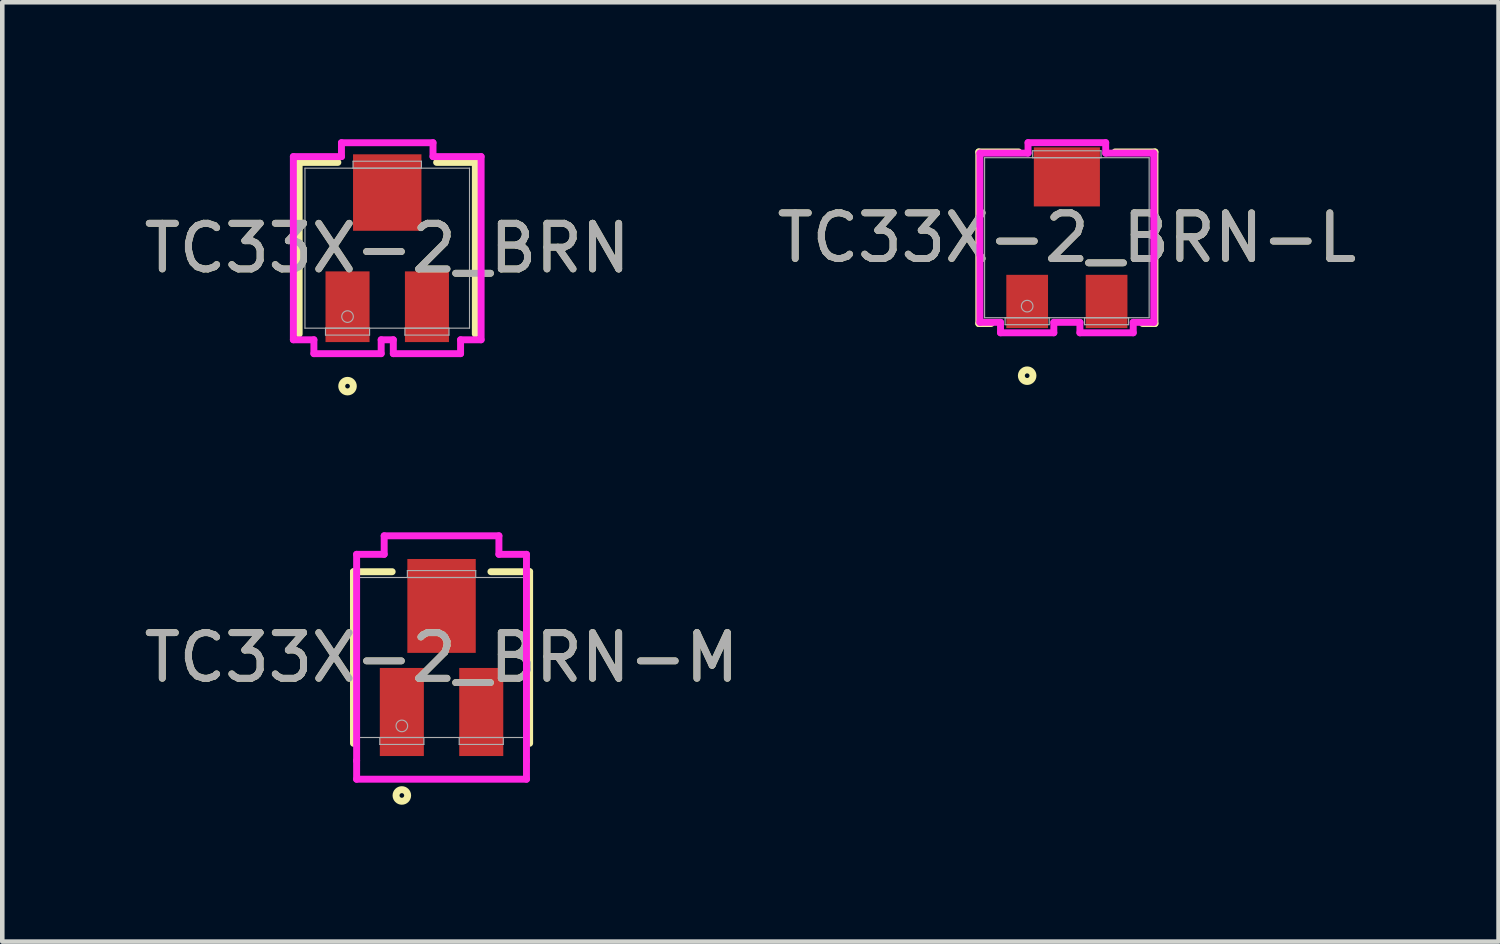
<source format=kicad_pcb>
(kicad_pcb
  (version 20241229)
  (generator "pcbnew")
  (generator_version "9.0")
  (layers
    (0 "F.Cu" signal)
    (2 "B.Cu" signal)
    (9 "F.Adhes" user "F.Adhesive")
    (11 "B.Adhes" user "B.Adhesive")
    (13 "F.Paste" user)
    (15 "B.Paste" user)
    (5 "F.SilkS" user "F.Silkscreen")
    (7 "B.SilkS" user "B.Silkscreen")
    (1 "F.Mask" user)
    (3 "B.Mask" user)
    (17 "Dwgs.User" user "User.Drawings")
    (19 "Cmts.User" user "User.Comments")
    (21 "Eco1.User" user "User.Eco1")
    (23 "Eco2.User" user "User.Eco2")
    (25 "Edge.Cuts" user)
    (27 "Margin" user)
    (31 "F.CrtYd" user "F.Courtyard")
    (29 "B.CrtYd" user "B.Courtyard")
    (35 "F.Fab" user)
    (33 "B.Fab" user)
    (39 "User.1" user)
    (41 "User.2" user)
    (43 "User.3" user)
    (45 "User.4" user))
  (footprint "TC33X-2_BRN-M"
    (layer "F.Cu")
    (at 6.625 11.357)
    (property "Reference" "TC33X-2_BRN-M" (at 0 0 0) (unlocked yes) (layer "F.SilkS") (effects (font (size 1 1) (thickness 0.15))))
    (attr smd)
    (fp_line (start -1.93 -1.88) (end -1.93 1.88) (stroke (width 0.152) (type solid)) (layer "F.SilkS"))
    (fp_line (start -1.082 -1.88) (end -1.93 -1.88) (stroke (width 0.152) (type solid)) (layer "F.SilkS"))
    (fp_line (start 1.93 -1.88) (end 1.082 -1.88) (stroke (width 0.152) (type solid)) (layer "F.SilkS"))
    (fp_line (start 1.93 -1.88) (end 1.93 1.88) (stroke (width 0.152) (type solid)) (layer "F.SilkS"))
    (fp_circle (center -0.87 3.023) (end -0.743 3.023) (stroke (width 0.152) (type solid)) (fill no) (layer "F.SilkS"))
    (fp_line (start -1.861 -2.261) (end -1.257 -2.261) (stroke (width 0.152) (type solid)) (layer "F.CrtYd"))
    (fp_line (start -1.861 2.261) (end -1.861 -2.261) (stroke (width 0.152) (type solid)) (layer "F.CrtYd"))
    (fp_line (start -1.861 2.261) (end -1.861 2.261) (stroke (width 0.152) (type solid)) (layer "F.CrtYd"))
    (fp_line (start -1.861 2.667) (end -1.861 2.261) (stroke (width 0.152) (type solid)) (layer "F.CrtYd"))
    (fp_line (start -1.257 -2.667) (end 1.257 -2.667) (stroke (width 0.152) (type solid)) (layer "F.CrtYd"))
    (fp_line (start -1.257 -2.261) (end -1.257 -2.667) (stroke (width 0.152) (type solid)) (layer "F.CrtYd"))
    (fp_line (start 1.257 -2.667) (end 1.257 -2.261) (stroke (width 0.152) (type solid)) (layer "F.CrtYd"))
    (fp_line (start 1.257 -2.261) (end 1.861 -2.261) (stroke (width 0.152) (type solid)) (layer "F.CrtYd"))
    (fp_line (start 1.861 -2.261) (end 1.861 2.261) (stroke (width 0.152) (type solid)) (layer "F.CrtYd"))
    (fp_line (start 1.861 2.261) (end 1.861 2.261) (stroke (width 0.152) (type solid)) (layer "F.CrtYd"))
    (fp_line (start 1.861 2.261) (end 1.861 2.667) (stroke (width 0.152) (type solid)) (layer "F.CrtYd"))
    (fp_line (start 1.861 2.667) (end -1.861 2.667) (stroke (width 0.152) (type solid)) (layer "F.CrtYd"))
    (fp_line (start -1.803 -1.753) (end -1.803 1.753) (stroke (width 0.025) (type solid)) (layer "F.Fab"))
    (fp_line (start -1.803 1.753) (end 1.803 1.753) (stroke (width 0.025) (type solid)) (layer "F.Fab"))
    (fp_line (start -1.353 1.753) (end -1.353 1.905) (stroke (width 0.025) (type solid)) (layer "F.Fab"))
    (fp_line (start -1.353 1.905) (end -0.387 1.905) (stroke (width 0.025) (type solid)) (layer "F.Fab"))
    (fp_line (start -0.749 -1.905) (end -0.749 -1.753) (stroke (width 0.025) (type solid)) (layer "F.Fab"))
    (fp_line (start -0.749 -1.753) (end 0.749 -1.753) (stroke (width 0.025) (type solid)) (layer "F.Fab"))
    (fp_line (start -0.387 1.753) (end -1.353 1.753) (stroke (width 0.025) (type solid)) (layer "F.Fab"))
    (fp_line (start -0.387 1.905) (end -0.387 1.753) (stroke (width 0.025) (type solid)) (layer "F.Fab"))
    (fp_line (start 0.387 1.753) (end 0.387 1.905) (stroke (width 0.025) (type solid)) (layer "F.Fab"))
    (fp_line (start 0.387 1.905) (end 1.353 1.905) (stroke (width 0.025) (type solid)) (layer "F.Fab"))
    (fp_line (start 0.749 -1.905) (end -0.749 -1.905) (stroke (width 0.025) (type solid)) (layer "F.Fab"))
    (fp_line (start 0.749 -1.753) (end 0.749 -1.905) (stroke (width 0.025) (type solid)) (layer "F.Fab"))
    (fp_line (start 1.353 1.753) (end 0.387 1.753) (stroke (width 0.025) (type solid)) (layer "F.Fab"))
    (fp_line (start 1.353 1.905) (end 1.353 1.753) (stroke (width 0.025) (type solid)) (layer "F.Fab"))
    (fp_line (start 1.803 -1.753) (end -1.803 -1.753) (stroke (width 0.025) (type solid)) (layer "F.Fab"))
    (fp_line (start 1.803 -1.753) (end 1.803 1.753) (stroke (width 0.025) (type solid)) (layer "F.Fab"))
    (fp_circle (center -0.87 1.499) (end -0.743 1.499) (stroke (width 0.025) (type solid)) (fill no) (layer "F.Fab"))
    (fp_text user "${REFERENCE}" (at 0 0 0) (unlocked yes) (layer "F.Fab") (effects (font (size 1 1) (thickness 0.15))))
    (pad "1" smd rect (at -0.87 1.194) (size 0.965 1.93) (layers "F.Cu" "F.Mask" "F.Paste"))
    (pad "2" smd rect (at 0 -1.13) (size 1.499 2.057) (layers "F.Cu" "F.Mask" "F.Paste"))
    (pad "3" smd rect (at 0.87 1.194) (size 0.965 1.93) (layers "F.Cu" "F.Mask" "F.Paste")))
  (footprint "TC33X-2_BRN"
    (layer "F.Cu")
    (at 5.435 2.388)
    (property "Reference" "TC33X-2_BRN" (at 0 0 0) (unlocked yes) (layer "F.SilkS") (effects (font (size 1 1) (thickness 0.15))))
    (attr smd)
    (fp_line (start -1.93 -1.88) (end -1.93 1.88) (stroke (width 0.152) (type solid)) (layer "F.SilkS"))
    (fp_line (start -1.082 -1.88) (end -1.93 -1.88) (stroke (width 0.152) (type solid)) (layer "F.SilkS"))
    (fp_line (start 1.93 -1.88) (end 1.082 -1.88) (stroke (width 0.152) (type solid)) (layer "F.SilkS"))
    (fp_line (start 1.93 -1.88) (end 1.93 1.88) (stroke (width 0.152) (type solid)) (layer "F.SilkS"))
    (fp_circle (center -0.87 3.023) (end -0.743 3.023) (stroke (width 0.152) (type solid)) (fill no) (layer "F.SilkS"))
    (fp_line (start -2.057 -2.007) (end -1.003 -2.007) (stroke (width 0.152) (type solid)) (layer "F.CrtYd"))
    (fp_line (start -2.057 2.007) (end -2.057 -2.007) (stroke (width 0.152) (type solid)) (layer "F.CrtYd"))
    (fp_line (start -1.607 2.007) (end -2.057 2.007) (stroke (width 0.152) (type solid)) (layer "F.CrtYd"))
    (fp_line (start -1.607 2.311) (end -1.607 2.007) (stroke (width 0.152) (type solid)) (layer "F.CrtYd"))
    (fp_line (start -1.003 -2.311) (end 1.003 -2.311) (stroke (width 0.152) (type solid)) (layer "F.CrtYd"))
    (fp_line (start -1.003 -2.007) (end -1.003 -2.311) (stroke (width 0.152) (type solid)) (layer "F.CrtYd"))
    (fp_line (start -0.133 2.007) (end -0.133 2.311) (stroke (width 0.152) (type solid)) (layer "F.CrtYd"))
    (fp_line (start -0.133 2.311) (end -1.607 2.311) (stroke (width 0.152) (type solid)) (layer "F.CrtYd"))
    (fp_line (start 0.133 2.007) (end -0.133 2.007) (stroke (width 0.152) (type solid)) (layer "F.CrtYd"))
    (fp_line (start 0.133 2.311) (end 0.133 2.007) (stroke (width 0.152) (type solid)) (layer "F.CrtYd"))
    (fp_line (start 1.003 -2.311) (end 1.003 -2.007) (stroke (width 0.152) (type solid)) (layer "F.CrtYd"))
    (fp_line (start 1.003 -2.007) (end 2.057 -2.007) (stroke (width 0.152) (type solid)) (layer "F.CrtYd"))
    (fp_line (start 1.607 2.007) (end 1.607 2.311) (stroke (width 0.152) (type solid)) (layer "F.CrtYd"))
    (fp_line (start 1.607 2.311) (end 0.133 2.311) (stroke (width 0.152) (type solid)) (layer "F.CrtYd"))
    (fp_line (start 2.057 -2.007) (end 2.057 2.007) (stroke (width 0.152) (type solid)) (layer "F.CrtYd"))
    (fp_line (start 2.057 2.007) (end 1.607 2.007) (stroke (width 0.152) (type solid)) (layer "F.CrtYd"))
    (fp_line (start -1.803 -1.753) (end -1.803 1.753) (stroke (width 0.025) (type solid)) (layer "F.Fab"))
    (fp_line (start -1.803 1.753) (end 1.803 1.753) (stroke (width 0.025) (type solid)) (layer "F.Fab"))
    (fp_line (start -1.353 1.753) (end -1.353 1.905) (stroke (width 0.025) (type solid)) (layer "F.Fab"))
    (fp_line (start -1.353 1.905) (end -0.387 1.905) (stroke (width 0.025) (type solid)) (layer "F.Fab"))
    (fp_line (start -0.749 -1.905) (end -0.749 -1.753) (stroke (width 0.025) (type solid)) (layer "F.Fab"))
    (fp_line (start -0.749 -1.753) (end 0.749 -1.753) (stroke (width 0.025) (type solid)) (layer "F.Fab"))
    (fp_line (start -0.387 1.753) (end -1.353 1.753) (stroke (width 0.025) (type solid)) (layer "F.Fab"))
    (fp_line (start -0.387 1.905) (end -0.387 1.753) (stroke (width 0.025) (type solid)) (layer "F.Fab"))
    (fp_line (start 0.387 1.753) (end 0.387 1.905) (stroke (width 0.025) (type solid)) (layer "F.Fab"))
    (fp_line (start 0.387 1.905) (end 1.353 1.905) (stroke (width 0.025) (type solid)) (layer "F.Fab"))
    (fp_line (start 0.749 -1.905) (end -0.749 -1.905) (stroke (width 0.025) (type solid)) (layer "F.Fab"))
    (fp_line (start 0.749 -1.753) (end 0.749 -1.905) (stroke (width 0.025) (type solid)) (layer "F.Fab"))
    (fp_line (start 1.353 1.753) (end 0.387 1.753) (stroke (width 0.025) (type solid)) (layer "F.Fab"))
    (fp_line (start 1.353 1.905) (end 1.353 1.753) (stroke (width 0.025) (type solid)) (layer "F.Fab"))
    (fp_line (start 1.803 -1.753) (end -1.803 -1.753) (stroke (width 0.025) (type solid)) (layer "F.Fab"))
    (fp_line (start 1.803 -1.753) (end 1.803 1.753) (stroke (width 0.025) (type solid)) (layer "F.Fab"))
    (fp_circle (center -0.87 1.499) (end -0.743 1.499) (stroke (width 0.025) (type solid)) (fill no) (layer "F.Fab"))
    (fp_text user "${REFERENCE}" (at 0 0 0) (unlocked yes) (layer "F.Fab") (effects (font (size 1 1) (thickness 0.15))))
    (pad "1" smd rect (at -0.87 1.283) (size 0.965 1.549) (layers "F.Cu" "F.Mask" "F.Paste"))
    (pad "2" smd rect (at 0 -1.219) (size 1.499 1.676) (layers "F.Cu" "F.Mask" "F.Paste"))
    (pad "3" smd rect (at 0.87 1.283) (size 0.965 1.549) (layers "F.Cu" "F.Mask" "F.Paste")))
  (footprint "TC33X-2_BRN-L"
    (layer "F.Cu")
    (at 20.327 2.159)
    (property "Reference" "TC33X-2_BRN-L" (at 0 0 0) (unlocked yes) (layer "F.SilkS") (effects (font (size 1 1) (thickness 0.15))))
    (attr smd)
    (fp_line (start -1.93 -1.88) (end -1.93 1.88) (stroke (width 0.152) (type solid)) (layer "F.SilkS"))
    (fp_line (start -1.93 1.88) (end -1.66 1.88) (stroke (width 0.152) (type solid)) (layer "F.SilkS"))
    (fp_line (start -1.057 -1.88) (end -1.93 -1.88) (stroke (width 0.152) (type solid)) (layer "F.SilkS"))
    (fp_line (start 1.66 1.88) (end 1.93 1.88) (stroke (width 0.152) (type solid)) (layer "F.SilkS"))
    (fp_line (start 1.93 -1.88) (end 1.057 -1.88) (stroke (width 0.152) (type solid)) (layer "F.SilkS"))
    (fp_line (start 1.93 -1.88) (end 1.93 1.88) (stroke (width 0.152) (type solid)) (layer "F.SilkS"))
    (fp_circle (center -0.87 3.023) (end -0.743 3.023) (stroke (width 0.152) (type solid)) (fill no) (layer "F.SilkS"))
    (fp_line (start -1.905 -1.854) (end -0.851 -1.854) (stroke (width 0.152) (type solid)) (layer "F.CrtYd"))
    (fp_line (start -1.905 1.854) (end -1.905 -1.854) (stroke (width 0.152) (type solid)) (layer "F.CrtYd"))
    (fp_line (start -1.454 1.854) (end -1.905 1.854) (stroke (width 0.152) (type solid)) (layer "F.CrtYd"))
    (fp_line (start -1.454 2.083) (end -1.454 1.854) (stroke (width 0.152) (type solid)) (layer "F.CrtYd"))
    (fp_line (start -0.851 -2.083) (end 0.851 -2.083) (stroke (width 0.152) (type solid)) (layer "F.CrtYd"))
    (fp_line (start -0.851 -1.854) (end -0.851 -2.083) (stroke (width 0.152) (type solid)) (layer "F.CrtYd"))
    (fp_line (start -0.286 1.854) (end -0.286 2.083) (stroke (width 0.152) (type solid)) (layer "F.CrtYd"))
    (fp_line (start -0.286 2.083) (end -1.454 2.083) (stroke (width 0.152) (type solid)) (layer "F.CrtYd"))
    (fp_line (start 0.286 1.854) (end -0.286 1.854) (stroke (width 0.152) (type solid)) (layer "F.CrtYd"))
    (fp_line (start 0.286 2.083) (end 0.286 1.854) (stroke (width 0.152) (type solid)) (layer "F.CrtYd"))
    (fp_line (start 0.851 -2.083) (end 0.851 -1.854) (stroke (width 0.152) (type solid)) (layer "F.CrtYd"))
    (fp_line (start 0.851 -1.854) (end 1.905 -1.854) (stroke (width 0.152) (type solid)) (layer "F.CrtYd"))
    (fp_line (start 1.454 1.854) (end 1.454 2.083) (stroke (width 0.152) (type solid)) (layer "F.CrtYd"))
    (fp_line (start 1.454 2.083) (end 0.286 2.083) (stroke (width 0.152) (type solid)) (layer "F.CrtYd"))
    (fp_line (start 1.905 -1.854) (end 1.905 1.854) (stroke (width 0.152) (type solid)) (layer "F.CrtYd"))
    (fp_line (start 1.905 1.854) (end 1.454 1.854) (stroke (width 0.152) (type solid)) (layer "F.CrtYd"))
    (fp_line (start -1.803 -1.753) (end -1.803 1.753) (stroke (width 0.025) (type solid)) (layer "F.Fab"))
    (fp_line (start -1.803 1.753) (end 1.803 1.753) (stroke (width 0.025) (type solid)) (layer "F.Fab"))
    (fp_line (start -1.353 1.753) (end -1.353 1.905) (stroke (width 0.025) (type solid)) (layer "F.Fab"))
    (fp_line (start -1.353 1.905) (end -0.387 1.905) (stroke (width 0.025) (type solid)) (layer "F.Fab"))
    (fp_line (start -0.749 -1.905) (end -0.749 -1.753) (stroke (width 0.025) (type solid)) (layer "F.Fab"))
    (fp_line (start -0.749 -1.753) (end 0.749 -1.753) (stroke (width 0.025) (type solid)) (layer "F.Fab"))
    (fp_line (start -0.387 1.753) (end -1.353 1.753) (stroke (width 0.025) (type solid)) (layer "F.Fab"))
    (fp_line (start -0.387 1.905) (end -0.387 1.753) (stroke (width 0.025) (type solid)) (layer "F.Fab"))
    (fp_line (start 0.387 1.753) (end 0.387 1.905) (stroke (width 0.025) (type solid)) (layer "F.Fab"))
    (fp_line (start 0.387 1.905) (end 1.353 1.905) (stroke (width 0.025) (type solid)) (layer "F.Fab"))
    (fp_line (start 0.749 -1.905) (end -0.749 -1.905) (stroke (width 0.025) (type solid)) (layer "F.Fab"))
    (fp_line (start 0.749 -1.753) (end 0.749 -1.905) (stroke (width 0.025) (type solid)) (layer "F.Fab"))
    (fp_line (start 1.353 1.753) (end 0.387 1.753) (stroke (width 0.025) (type solid)) (layer "F.Fab"))
    (fp_line (start 1.353 1.905) (end 1.353 1.753) (stroke (width 0.025) (type solid)) (layer "F.Fab"))
    (fp_line (start 1.803 -1.753) (end -1.803 -1.753) (stroke (width 0.025) (type solid)) (layer "F.Fab"))
    (fp_line (start 1.803 -1.753) (end 1.803 1.753) (stroke (width 0.025) (type solid)) (layer "F.Fab"))
    (fp_circle (center -0.87 1.499) (end -0.743 1.499) (stroke (width 0.025) (type solid)) (fill no) (layer "F.Fab"))
    (fp_text user "${REFERENCE}" (at 0 0 0) (unlocked yes) (layer "F.Fab") (effects (font (size 1 1) (thickness 0.15))))
    (pad "1" smd rect (at -0.87 1.397) (size 0.914 1.168) (layers "F.Cu" "F.Mask" "F.Paste"))
    (pad "2" smd rect (at 0 -1.333) (size 1.448 1.295) (layers "F.Cu" "F.Mask" "F.Paste"))
    (pad "3" smd rect (at 0.87 1.397) (size 0.914 1.168) (layers "F.Cu" "F.Mask" "F.Paste")))
  (gr_rect
    (start -3 -3)
    (end 29.786 17.582)
    (stroke (width 0.1) (type default))
    (fill no)
    (layer "Edge.Cuts")))
</source>
